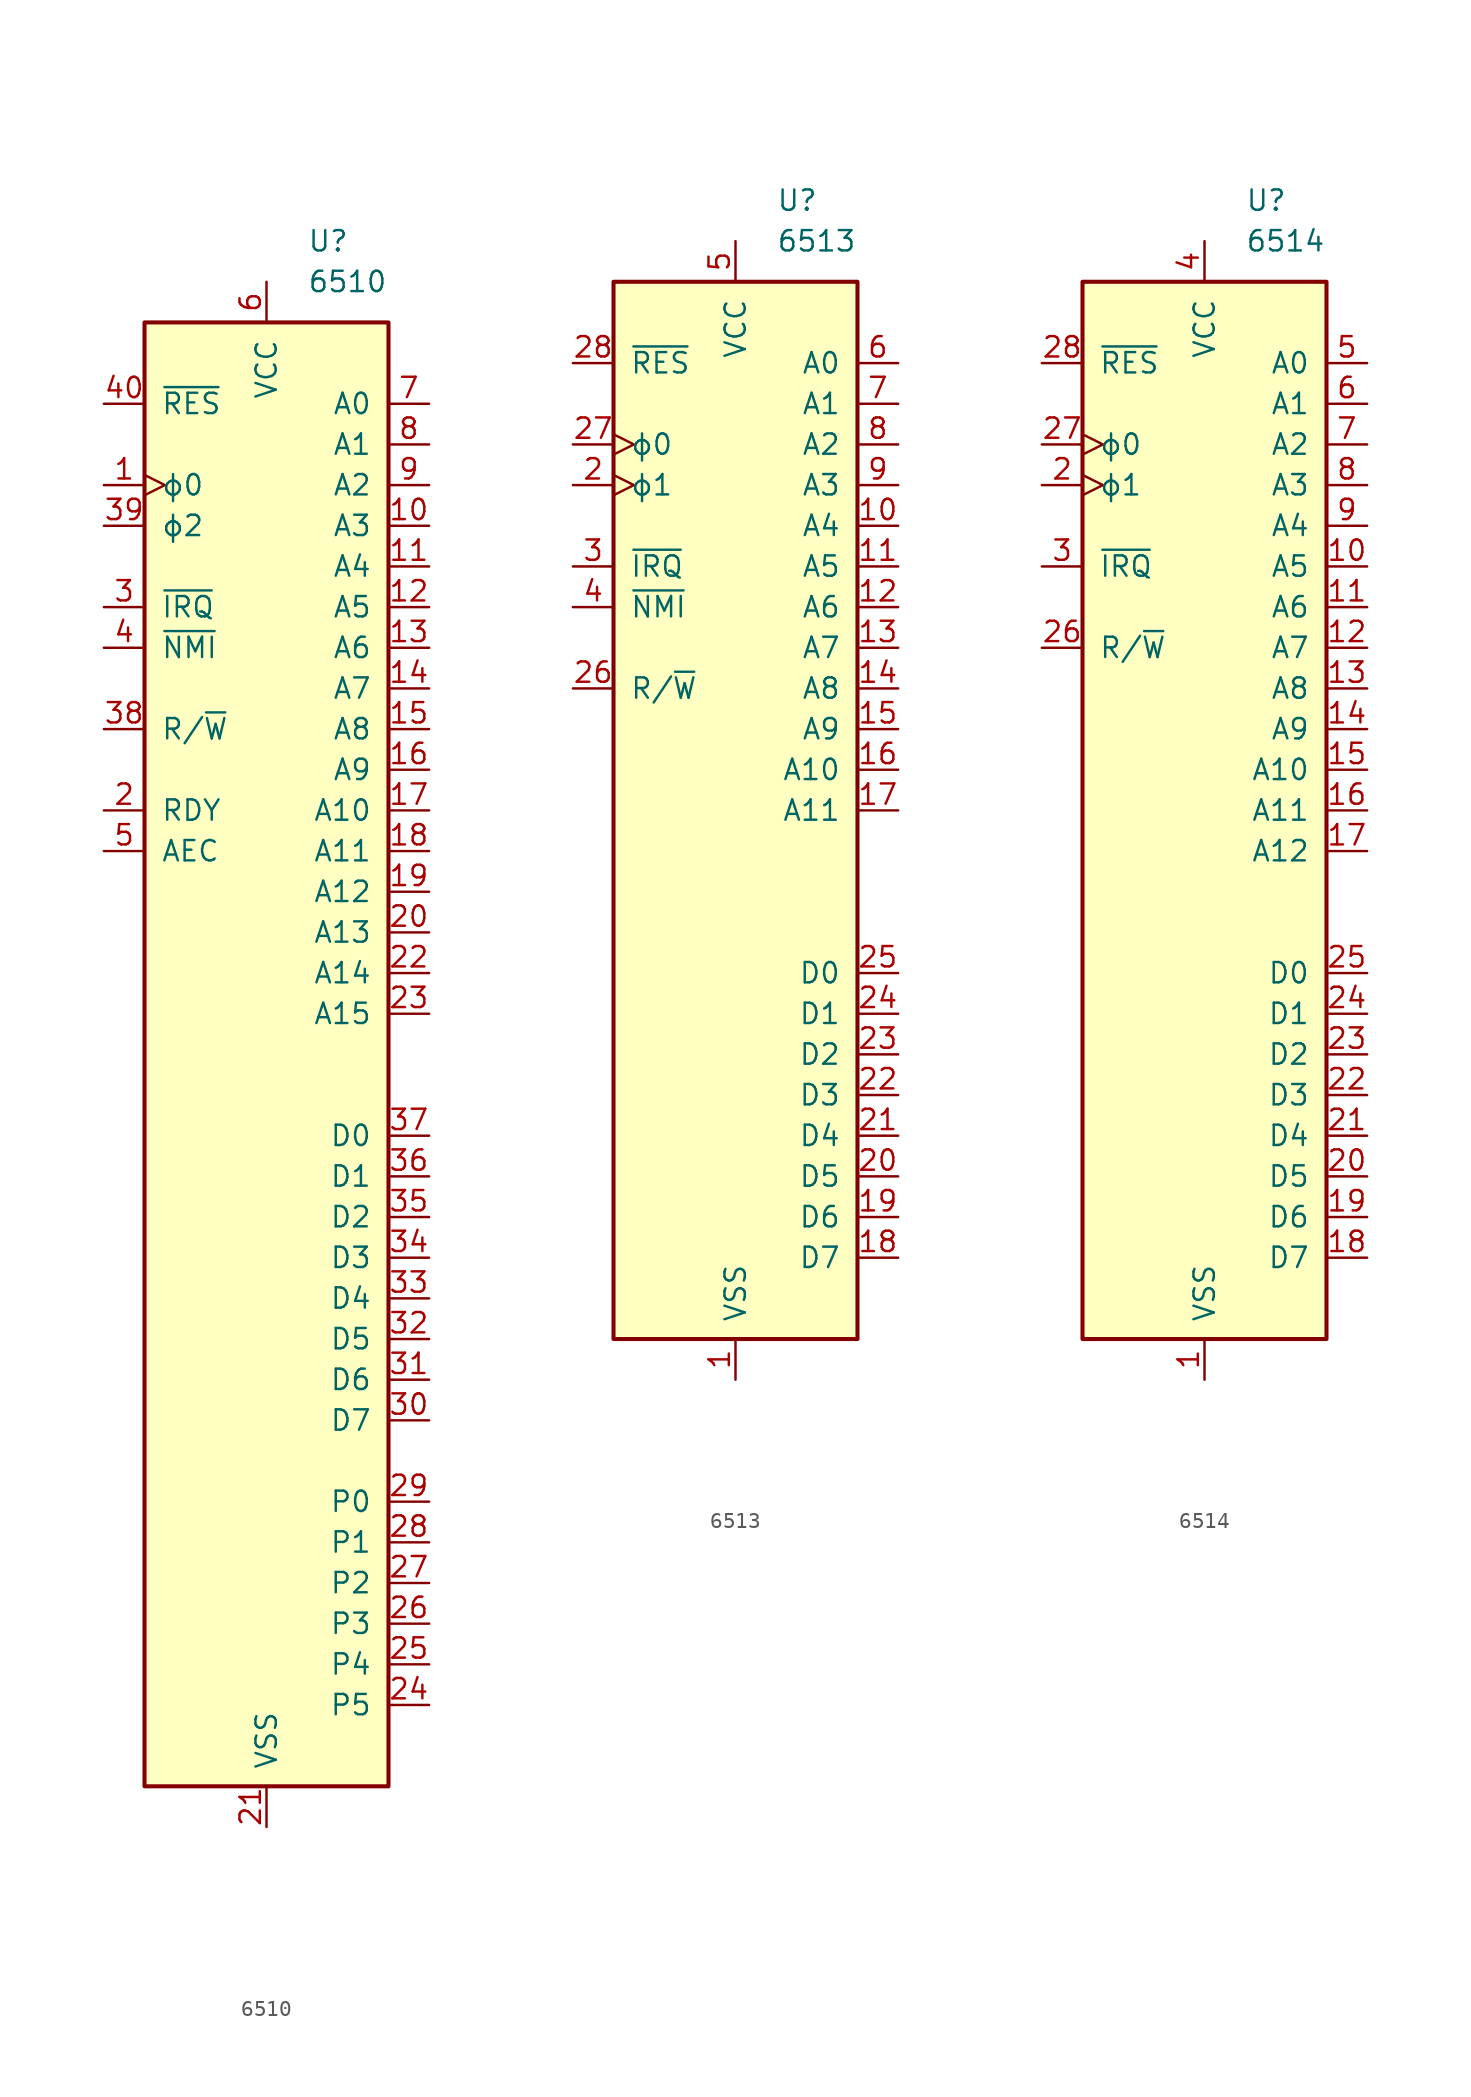
<source format=kicad_sym>
(kicad_symbol_lib
  (version 20211014)
  (generator kicad_symbol_editor)
  (symbol "6510"
    (pin_names
      (offset 1.016))
    (property "Reference" "U"
      (at 2.54 50.8 0)
      (effects (font (size 1.27 1.27)) (justify left)))
    (property "Value" "6510"
      (at 2.54 48.26 0)
      (effects (font (size 1.27 1.27)) (justify left)))
    (symbol "6510_0_1"
      (rectangle (start -7.62 45.72) (end 7.62 -45.72) (stroke (width 0.254) (type default) (color 0 0 0 0)) (fill (type background))))
    (symbol "6510_1_1"
      (pin input clock (at -10.16 35.56 0) (length 2.54) (name "ϕ0" (effects (font (size 1.27 1.27)))) (number "1" (effects (font (size 1.27 1.27)))))
      (pin tri_state line (at 10.16 33.02 180) (length 2.54) (name "A3" (effects (font (size 1.27 1.27)))) (number "10" (effects (font (size 1.27 1.27)))))
      (pin tri_state line (at 10.16 30.48 180) (length 2.54) (name "A4" (effects (font (size 1.27 1.27)))) (number "11" (effects (font (size 1.27 1.27)))))
      (pin tri_state line (at 10.16 27.94 180) (length 2.54) (name "A5" (effects (font (size 1.27 1.27)))) (number "12" (effects (font (size 1.27 1.27)))))
      (pin tri_state line (at 10.16 25.4 180) (length 2.54) (name "A6" (effects (font (size 1.27 1.27)))) (number "13" (effects (font (size 1.27 1.27)))))
      (pin tri_state line (at 10.16 22.86 180) (length 2.54) (name "A7" (effects (font (size 1.27 1.27)))) (number "14" (effects (font (size 1.27 1.27)))))
      (pin tri_state line (at 10.16 20.32 180) (length 2.54) (name "A8" (effects (font (size 1.27 1.27)))) (number "15" (effects (font (size 1.27 1.27)))))
      (pin tri_state line (at 10.16 17.78 180) (length 2.54) (name "A9" (effects (font (size 1.27 1.27)))) (number "16" (effects (font (size 1.27 1.27)))))
      (pin tri_state line (at 10.16 15.24 180) (length 2.54) (name "A10" (effects (font (size 1.27 1.27)))) (number "17" (effects (font (size 1.27 1.27)))))
      (pin tri_state line (at 10.16 12.7 180) (length 2.54) (name "A11" (effects (font (size 1.27 1.27)))) (number "18" (effects (font (size 1.27 1.27)))))
      (pin tri_state line (at 10.16 10.16 180) (length 2.54) (name "A12" (effects (font (size 1.27 1.27)))) (number "19" (effects (font (size 1.27 1.27)))))
      (pin input line (at -10.16 15.24 0) (length 2.54) (name "RDY" (effects (font (size 1.27 1.27)))) (number "2" (effects (font (size 1.27 1.27)))))
      (pin tri_state line (at 10.16 7.62 180) (length 2.54) (name "A13" (effects (font (size 1.27 1.27)))) (number "20" (effects (font (size 1.27 1.27)))))
      (pin power_in line (at 0 -48.26 90) (length 2.54) (name "VSS" (effects (font (size 1.27 1.27)))) (number "21" (effects (font (size 1.27 1.27)))))
      (pin tri_state line (at 10.16 5.08 180) (length 2.54) (name "A14" (effects (font (size 1.27 1.27)))) (number "22" (effects (font (size 1.27 1.27)))))
      (pin tri_state line (at 10.16 2.54 180) (length 2.54) (name "A15" (effects (font (size 1.27 1.27)))) (number "23" (effects (font (size 1.27 1.27)))))
      (pin bidirectional line (at 10.16 -40.64 180) (length 2.54) (name "P5" (effects (font (size 1.27 1.27)))) (number "24" (effects (font (size 1.27 1.27)))))
      (pin bidirectional line (at 10.16 -38.1 180) (length 2.54) (name "P4" (effects (font (size 1.27 1.27)))) (number "25" (effects (font (size 1.27 1.27)))))
      (pin bidirectional line (at 10.16 -35.56 180) (length 2.54) (name "P3" (effects (font (size 1.27 1.27)))) (number "26" (effects (font (size 1.27 1.27)))))
      (pin bidirectional line (at 10.16 -33.02 180) (length 2.54) (name "P2" (effects (font (size 1.27 1.27)))) (number "27" (effects (font (size 1.27 1.27)))))
      (pin bidirectional line (at 10.16 -30.48 180) (length 2.54) (name "P1" (effects (font (size 1.27 1.27)))) (number "28" (effects (font (size 1.27 1.27)))))
      (pin bidirectional line (at 10.16 -27.94 180) (length 2.54) (name "P0" (effects (font (size 1.27 1.27)))) (number "29" (effects (font (size 1.27 1.27)))))
      (pin input line (at -10.16 27.94 0) (length 2.54) (name "~{IRQ}" (effects (font (size 1.27 1.27)))) (number "3" (effects (font (size 1.27 1.27)))))
      (pin bidirectional line (at 10.16 -22.86 180) (length 2.54) (name "D7" (effects (font (size 1.27 1.27)))) (number "30" (effects (font (size 1.27 1.27)))))
      (pin bidirectional line (at 10.16 -20.32 180) (length 2.54) (name "D6" (effects (font (size 1.27 1.27)))) (number "31" (effects (font (size 1.27 1.27)))))
      (pin bidirectional line (at 10.16 -17.78 180) (length 2.54) (name "D5" (effects (font (size 1.27 1.27)))) (number "32" (effects (font (size 1.27 1.27)))))
      (pin bidirectional line (at 10.16 -15.24 180) (length 2.54) (name "D4" (effects (font (size 1.27 1.27)))) (number "33" (effects (font (size 1.27 1.27)))))
      (pin bidirectional line (at 10.16 -12.7 180) (length 2.54) (name "D3" (effects (font (size 1.27 1.27)))) (number "34" (effects (font (size 1.27 1.27)))))
      (pin bidirectional line (at 10.16 -10.16 180) (length 2.54) (name "D2" (effects (font (size 1.27 1.27)))) (number "35" (effects (font (size 1.27 1.27)))))
      (pin bidirectional line (at 10.16 -7.62 180) (length 2.54) (name "D1" (effects (font (size 1.27 1.27)))) (number "36" (effects (font (size 1.27 1.27)))))
      (pin bidirectional line (at 10.16 -5.08 180) (length 2.54) (name "D0" (effects (font (size 1.27 1.27)))) (number "37" (effects (font (size 1.27 1.27)))))
      (pin tri_state line (at -10.16 20.32 0) (length 2.54) (name "R/~{W}" (effects (font (size 1.27 1.27)))) (number "38" (effects (font (size 1.27 1.27)))))
      (pin output line (at -10.16 33.02 0) (length 2.54) (name "ϕ2" (effects (font (size 1.27 1.27)))) (number "39" (effects (font (size 1.27 1.27)))))
      (pin input line (at -10.16 25.4 0) (length 2.54) (name "~{NMI}" (effects (font (size 1.27 1.27)))) (number "4" (effects (font (size 1.27 1.27)))))
      (pin input line (at -10.16 40.64 0) (length 2.54) (name "~{RES}" (effects (font (size 1.27 1.27)))) (number "40" (effects (font (size 1.27 1.27)))))
      (pin input line (at -10.16 12.7 0) (length 2.54) (name "AEC" (effects (font (size 1.27 1.27)))) (number "5" (effects (font (size 1.27 1.27)))))
      (pin power_in line (at 0 48.26 270) (length 2.54) (name "VCC" (effects (font (size 1.27 1.27)))) (number "6" (effects (font (size 1.27 1.27)))))
      (pin tri_state line (at 10.16 40.64 180) (length 2.54) (name "A0" (effects (font (size 1.27 1.27)))) (number "7" (effects (font (size 1.27 1.27)))))
      (pin tri_state line (at 10.16 38.1 180) (length 2.54) (name "A1" (effects (font (size 1.27 1.27)))) (number "8" (effects (font (size 1.27 1.27)))))
      (pin tri_state line (at 10.16 35.56 180) (length 2.54) (name "A2" (effects (font (size 1.27 1.27)))) (number "9" (effects (font (size 1.27 1.27)))))))
  (symbol "6513"
    (pin_names
      (offset 1.016))
    (property "Reference" "U"
      (at 2.54 38.1 0)
      (effects (font (size 1.27 1.27)) (justify left)))
    (property "Value" "6513"
      (at 2.54 35.56 0)
      (effects (font (size 1.27 1.27)) (justify left)))
    (symbol "6513_0_1"
      (rectangle (start -7.62 33.02) (end 7.62 -33.02) (stroke (width 0.254) (type default) (color 0 0 0 0)) (fill (type background))))
    (symbol "6513_1_1"
      (pin power_in line (at 0 -35.56 90) (length 2.54) (name "VSS" (effects (font (size 1.27 1.27)))) (number "1" (effects (font (size 1.27 1.27)))))
      (pin output line (at 10.16 17.78 180) (length 2.54) (name "A4" (effects (font (size 1.27 1.27)))) (number "10" (effects (font (size 1.27 1.27)))))
      (pin output line (at 10.16 15.24 180) (length 2.54) (name "A5" (effects (font (size 1.27 1.27)))) (number "11" (effects (font (size 1.27 1.27)))))
      (pin output line (at 10.16 12.7 180) (length 2.54) (name "A6" (effects (font (size 1.27 1.27)))) (number "12" (effects (font (size 1.27 1.27)))))
      (pin output line (at 10.16 10.16 180) (length 2.54) (name "A7" (effects (font (size 1.27 1.27)))) (number "13" (effects (font (size 1.27 1.27)))))
      (pin output line (at 10.16 7.62 180) (length 2.54) (name "A8" (effects (font (size 1.27 1.27)))) (number "14" (effects (font (size 1.27 1.27)))))
      (pin output line (at 10.16 5.08 180) (length 2.54) (name "A9" (effects (font (size 1.27 1.27)))) (number "15" (effects (font (size 1.27 1.27)))))
      (pin output line (at 10.16 2.54 180) (length 2.54) (name "A10" (effects (font (size 1.27 1.27)))) (number "16" (effects (font (size 1.27 1.27)))))
      (pin output line (at 10.16 0 180) (length 2.54) (name "A11" (effects (font (size 1.27 1.27)))) (number "17" (effects (font (size 1.27 1.27)))))
      (pin bidirectional line (at 10.16 -27.94 180) (length 2.54) (name "D7" (effects (font (size 1.27 1.27)))) (number "18" (effects (font (size 1.27 1.27)))))
      (pin bidirectional line (at 10.16 -25.4 180) (length 2.54) (name "D6" (effects (font (size 1.27 1.27)))) (number "19" (effects (font (size 1.27 1.27)))))
      (pin input clock (at -10.16 20.32 0) (length 2.54) (name "ϕ1" (effects (font (size 1.27 1.27)))) (number "2" (effects (font (size 1.27 1.27)))))
      (pin bidirectional line (at 10.16 -22.86 180) (length 2.54) (name "D5" (effects (font (size 1.27 1.27)))) (number "20" (effects (font (size 1.27 1.27)))))
      (pin bidirectional line (at 10.16 -20.32 180) (length 2.54) (name "D4" (effects (font (size 1.27 1.27)))) (number "21" (effects (font (size 1.27 1.27)))))
      (pin bidirectional line (at 10.16 -17.78 180) (length 2.54) (name "D3" (effects (font (size 1.27 1.27)))) (number "22" (effects (font (size 1.27 1.27)))))
      (pin bidirectional line (at 10.16 -15.24 180) (length 2.54) (name "D2" (effects (font (size 1.27 1.27)))) (number "23" (effects (font (size 1.27 1.27)))))
      (pin bidirectional line (at 10.16 -12.7 180) (length 2.54) (name "D1" (effects (font (size 1.27 1.27)))) (number "24" (effects (font (size 1.27 1.27)))))
      (pin bidirectional line (at 10.16 -10.16 180) (length 2.54) (name "D0" (effects (font (size 1.27 1.27)))) (number "25" (effects (font (size 1.27 1.27)))))
      (pin output line (at -10.16 7.62 0) (length 2.54) (name "R/~{W}" (effects (font (size 1.27 1.27)))) (number "26" (effects (font (size 1.27 1.27)))))
      (pin input clock (at -10.16 22.86 0) (length 2.54) (name "ϕ0" (effects (font (size 1.27 1.27)))) (number "27" (effects (font (size 1.27 1.27)))))
      (pin input line (at -10.16 27.94 0) (length 2.54) (name "~{RES}" (effects (font (size 1.27 1.27)))) (number "28" (effects (font (size 1.27 1.27)))))
      (pin input line (at -10.16 15.24 0) (length 2.54) (name "~{IRQ}" (effects (font (size 1.27 1.27)))) (number "3" (effects (font (size 1.27 1.27)))))
      (pin input line (at -10.16 12.7 0) (length 2.54) (name "~{NMI}" (effects (font (size 1.27 1.27)))) (number "4" (effects (font (size 1.27 1.27)))))
      (pin power_in line (at 0 35.56 270) (length 2.54) (name "VCC" (effects (font (size 1.27 1.27)))) (number "5" (effects (font (size 1.27 1.27)))))
      (pin output line (at 10.16 27.94 180) (length 2.54) (name "A0" (effects (font (size 1.27 1.27)))) (number "6" (effects (font (size 1.27 1.27)))))
      (pin output line (at 10.16 25.4 180) (length 2.54) (name "A1" (effects (font (size 1.27 1.27)))) (number "7" (effects (font (size 1.27 1.27)))))
      (pin output line (at 10.16 22.86 180) (length 2.54) (name "A2" (effects (font (size 1.27 1.27)))) (number "8" (effects (font (size 1.27 1.27)))))
      (pin output line (at 10.16 20.32 180) (length 2.54) (name "A3" (effects (font (size 1.27 1.27)))) (number "9" (effects (font (size 1.27 1.27)))))))
  (symbol "6514"
    (pin_names
      (offset 1.016))
    (property "Reference" "U"
      (at 2.54 38.1 0)
      (effects (font (size 1.27 1.27)) (justify left)))
    (property "Value" "6514"
      (at 2.54 35.56 0)
      (effects (font (size 1.27 1.27)) (justify left)))
    (symbol "6514_0_1"
      (rectangle (start -7.62 33.02) (end 7.62 -33.02) (stroke (width 0.254) (type default) (color 0 0 0 0)) (fill (type background))))
    (symbol "6514_1_1"
      (pin power_in line (at 0 -35.56 90) (length 2.54) (name "VSS" (effects (font (size 1.27 1.27)))) (number "1" (effects (font (size 1.27 1.27)))))
      (pin output line (at 10.16 15.24 180) (length 2.54) (name "A5" (effects (font (size 1.27 1.27)))) (number "10" (effects (font (size 1.27 1.27)))))
      (pin output line (at 10.16 12.7 180) (length 2.54) (name "A6" (effects (font (size 1.27 1.27)))) (number "11" (effects (font (size 1.27 1.27)))))
      (pin output line (at 10.16 10.16 180) (length 2.54) (name "A7" (effects (font (size 1.27 1.27)))) (number "12" (effects (font (size 1.27 1.27)))))
      (pin output line (at 10.16 7.62 180) (length 2.54) (name "A8" (effects (font (size 1.27 1.27)))) (number "13" (effects (font (size 1.27 1.27)))))
      (pin output line (at 10.16 5.08 180) (length 2.54) (name "A9" (effects (font (size 1.27 1.27)))) (number "14" (effects (font (size 1.27 1.27)))))
      (pin output line (at 10.16 2.54 180) (length 2.54) (name "A10" (effects (font (size 1.27 1.27)))) (number "15" (effects (font (size 1.27 1.27)))))
      (pin output line (at 10.16 0 180) (length 2.54) (name "A11" (effects (font (size 1.27 1.27)))) (number "16" (effects (font (size 1.27 1.27)))))
      (pin output line (at 10.16 -2.54 180) (length 2.54) (name "A12" (effects (font (size 1.27 1.27)))) (number "17" (effects (font (size 1.27 1.27)))))
      (pin bidirectional line (at 10.16 -27.94 180) (length 2.54) (name "D7" (effects (font (size 1.27 1.27)))) (number "18" (effects (font (size 1.27 1.27)))))
      (pin bidirectional line (at 10.16 -25.4 180) (length 2.54) (name "D6" (effects (font (size 1.27 1.27)))) (number "19" (effects (font (size 1.27 1.27)))))
      (pin input clock (at -10.16 20.32 0) (length 2.54) (name "ϕ1" (effects (font (size 1.27 1.27)))) (number "2" (effects (font (size 1.27 1.27)))))
      (pin bidirectional line (at 10.16 -22.86 180) (length 2.54) (name "D5" (effects (font (size 1.27 1.27)))) (number "20" (effects (font (size 1.27 1.27)))))
      (pin bidirectional line (at 10.16 -20.32 180) (length 2.54) (name "D4" (effects (font (size 1.27 1.27)))) (number "21" (effects (font (size 1.27 1.27)))))
      (pin bidirectional line (at 10.16 -17.78 180) (length 2.54) (name "D3" (effects (font (size 1.27 1.27)))) (number "22" (effects (font (size 1.27 1.27)))))
      (pin bidirectional line (at 10.16 -15.24 180) (length 2.54) (name "D2" (effects (font (size 1.27 1.27)))) (number "23" (effects (font (size 1.27 1.27)))))
      (pin bidirectional line (at 10.16 -12.7 180) (length 2.54) (name "D1" (effects (font (size 1.27 1.27)))) (number "24" (effects (font (size 1.27 1.27)))))
      (pin bidirectional line (at 10.16 -10.16 180) (length 2.54) (name "D0" (effects (font (size 1.27 1.27)))) (number "25" (effects (font (size 1.27 1.27)))))
      (pin output line (at -10.16 10.16 0) (length 2.54) (name "R/~{W}" (effects (font (size 1.27 1.27)))) (number "26" (effects (font (size 1.27 1.27)))))
      (pin input clock (at -10.16 22.86 0) (length 2.54) (name "ϕ0" (effects (font (size 1.27 1.27)))) (number "27" (effects (font (size 1.27 1.27)))))
      (pin input line (at -10.16 27.94 0) (length 2.54) (name "~{RES}" (effects (font (size 1.27 1.27)))) (number "28" (effects (font (size 1.27 1.27)))))
      (pin input line (at -10.16 15.24 0) (length 2.54) (name "~{IRQ}" (effects (font (size 1.27 1.27)))) (number "3" (effects (font (size 1.27 1.27)))))
      (pin power_in line (at 0 35.56 270) (length 2.54) (name "VCC" (effects (font (size 1.27 1.27)))) (number "4" (effects (font (size 1.27 1.27)))))
      (pin output line (at 10.16 27.94 180) (length 2.54) (name "A0" (effects (font (size 1.27 1.27)))) (number "5" (effects (font (size 1.27 1.27)))))
      (pin output line (at 10.16 25.4 180) (length 2.54) (name "A1" (effects (font (size 1.27 1.27)))) (number "6" (effects (font (size 1.27 1.27)))))
      (pin output line (at 10.16 22.86 180) (length 2.54) (name "A2" (effects (font (size 1.27 1.27)))) (number "7" (effects (font (size 1.27 1.27)))))
      (pin output line (at 10.16 20.32 180) (length 2.54) (name "A3" (effects (font (size 1.27 1.27)))) (number "8" (effects (font (size 1.27 1.27)))))
      (pin output line (at 10.16 17.78 180) (length 2.54) (name "A4" (effects (font (size 1.27 1.27)))) (number "9" (effects (font (size 1.27 1.27))))))))
</source>
